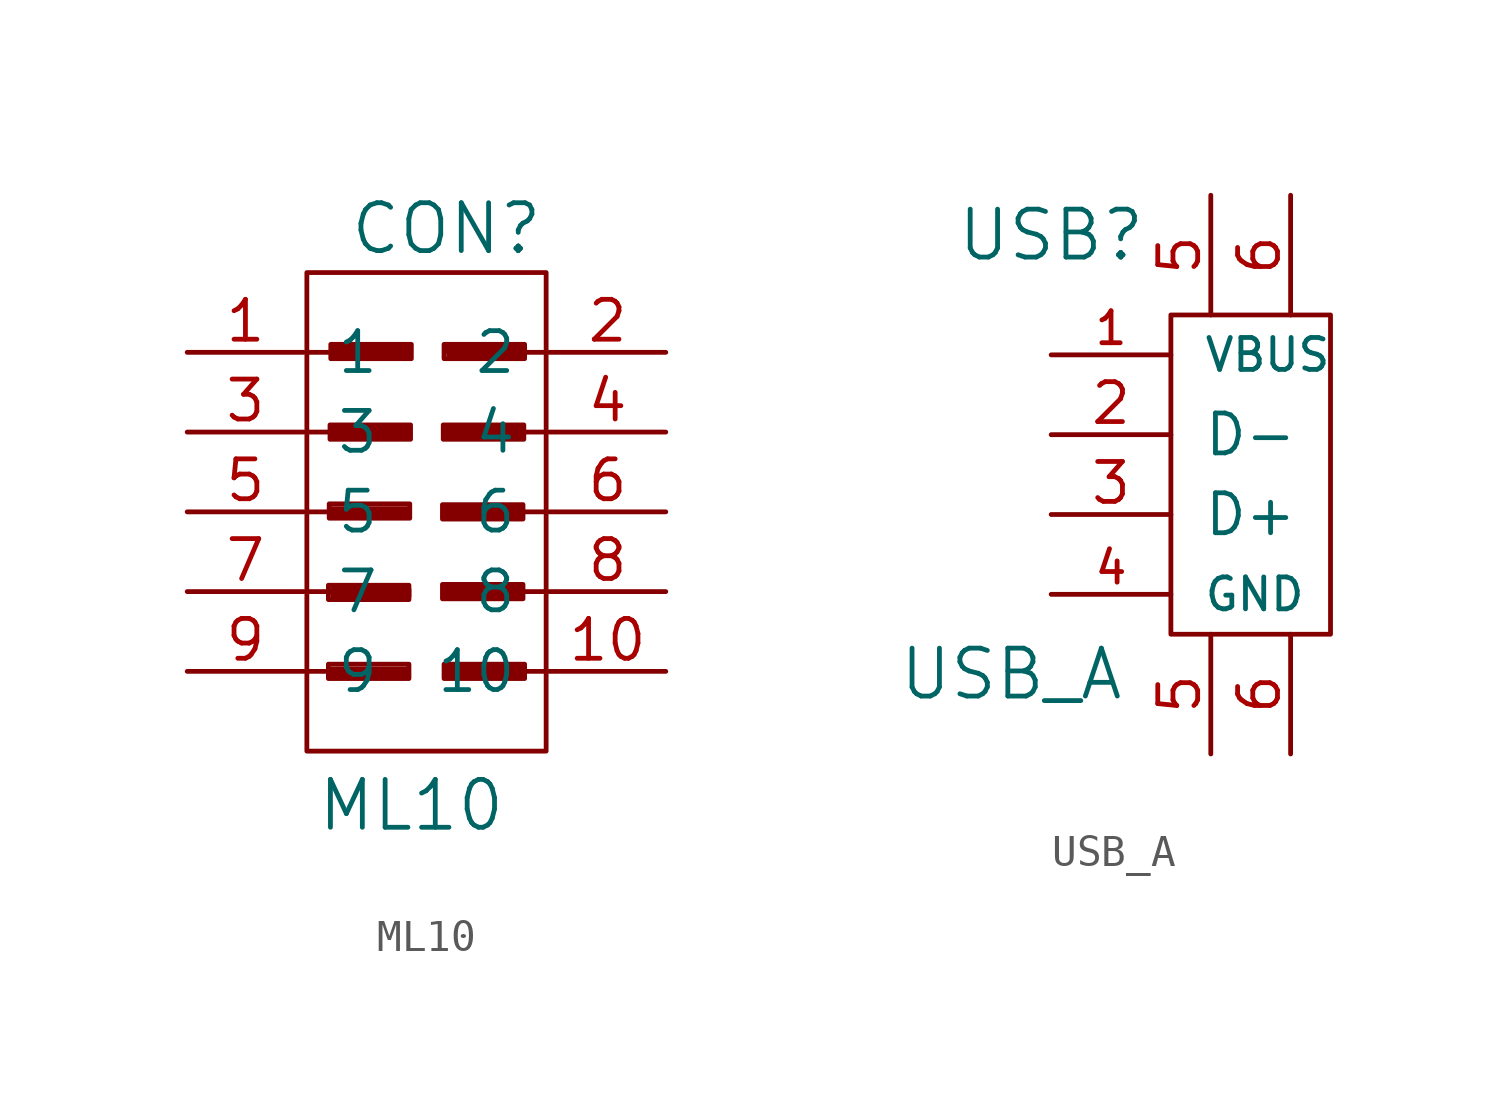
<source format=kicad_sym>
(kicad_symbol_lib
  (version 20211014)
  (generator kicad_symbol_editor)
  (symbol "ML10"
    (pin_names
      (offset 1.016))
    (property "Reference" "CON"
      (at 0.635 9.017 0)
      (effects (font (size 1.524 1.524))))
    (property "Value" "ML10"
      (at -0.483 -9.347 0)
      (effects (font (size 1.524 1.524))))
    (property "Footprint" ""
      (at -0.203 -1.194 0)
      (effects (font (size 1.524 1.524))))
    (property "Datasheet" ""
      (at -0.203 -1.194 0)
      (effects (font (size 1.524 1.524))))
    (symbol "ML10_0_0"
      (rectangle (start -3.124 -4.851) (end -0.559 -5.309) (stroke (width 0) (type default) (color 0 0 0 0)) (fill (type none)))
      (rectangle (start -3.124 -2.337) (end -0.559 -2.794) (stroke (width 0) (type default) (color 0 0 0 0)) (fill (type none)))
      (rectangle (start -3.099 0.254) (end -0.533 -0.203) (stroke (width 0) (type default) (color 0 0 0 0)) (fill (type none)))
      (rectangle (start -3.073 2.769) (end -0.508 2.311) (stroke (width 0) (type default) (color 0 0 0 0)) (fill (type none)))
      (rectangle (start -3.048 5.334) (end -0.483 4.877) (stroke (width 0) (type default) (color 0 0 0 0)) (fill (type none)))
      (polyline (pts (xy -3.023 -5.004) (xy -0.584 -5.004) (xy -0.584 -5.232) (xy -2.997 -5.258) (xy -3.023 -5.08) (xy -0.711 -5.08) (xy -0.711 -5.156) (xy -2.997 -5.105)) (stroke (width 0) (type default) (color 0 0 0 0)) (fill (type none)))
      (polyline (pts (xy -3.023 0.102) (xy -0.584 0.102) (xy -0.584 -0.127) (xy -2.997 -0.152) (xy -3.023 0.025) (xy -0.711 0.025) (xy -0.711 -0.051) (xy -2.997 0)) (stroke (width 0) (type default) (color 0 0 0 0)) (fill (type none)))
      (polyline (pts (xy -2.997 -2.464) (xy -0.559 -2.464) (xy -0.559 -2.692) (xy -2.972 -2.718) (xy -2.997 -2.54) (xy -0.686 -2.54) (xy -0.686 -2.616) (xy -2.972 -2.565)) (stroke (width 0) (type default) (color 0 0 0 0)) (fill (type none)))
      (polyline (pts (xy -2.972 2.667) (xy -0.533 2.667) (xy -0.533 2.438) (xy -2.946 2.413) (xy -2.972 2.591) (xy -0.66 2.591) (xy -0.66 2.515) (xy -2.946 2.565)) (stroke (width 0) (type default) (color 0 0 0 0)) (fill (type none)))
      (polyline (pts (xy -2.946 5.232) (xy -0.508 5.232) (xy -0.508 5.004) (xy -2.921 4.978) (xy -2.946 5.156) (xy -0.635 5.156) (xy -0.635 5.08) (xy -2.921 5.131)) (stroke (width 0) (type default) (color 0 0 0 0)) (fill (type none)))
      (polyline (pts (xy 0.559 0.102) (xy 2.997 0.102) (xy 2.997 -0.127) (xy 0.584 -0.152) (xy 0.559 0.025) (xy 2.87 0.025) (xy 2.87 -0.051) (xy 0.584 0)) (stroke (width 0) (type default) (color 0 0 0 0)) (fill (type none)))
      (polyline (pts (xy 0.584 -2.438) (xy 3.023 -2.438) (xy 3.023 -2.667) (xy 0.61 -2.692) (xy 0.584 -2.515) (xy 2.896 -2.515) (xy 2.896 -2.591) (xy 0.61 -2.54)) (stroke (width 0) (type default) (color 0 0 0 0)) (fill (type none)))
      (polyline (pts (xy 0.584 2.667) (xy 3.023 2.667) (xy 3.023 2.438) (xy 0.61 2.413) (xy 0.584 2.591) (xy 2.896 2.591) (xy 2.896 2.515) (xy 0.61 2.565)) (stroke (width 0) (type default) (color 0 0 0 0)) (fill (type none)))
      (polyline (pts (xy 0.635 -4.953) (xy 3.073 -4.953) (xy 3.073 -5.182) (xy 0.66 -5.207) (xy 0.635 -5.029) (xy 2.946 -5.029) (xy 2.946 -5.105) (xy 0.66 -5.055)) (stroke (width 0) (type default) (color 0 0 0 0)) (fill (type none)))
      (polyline (pts (xy 0.686 5.232) (xy 3.124 5.232) (xy 3.124 5.004) (xy 0.711 4.978) (xy 0.686 5.156) (xy 2.997 5.156) (xy 2.997 5.08) (xy 0.711 5.131)) (stroke (width 0) (type default) (color 0 0 0 0)) (fill (type none)))
      (rectangle (start 0.508 -2.311) (end 3.073 -2.769) (stroke (width 0) (type default) (color 0 0 0 0)) (fill (type none)))
      (rectangle (start 0.508 0.229) (end 3.073 -0.229) (stroke (width 0) (type default) (color 0 0 0 0)) (fill (type none)))
      (rectangle (start 0.533 2.769) (end 3.099 2.311) (stroke (width 0) (type default) (color 0 0 0 0)) (fill (type none)))
      (rectangle (start 0.559 -4.851) (end 3.124 -5.309) (stroke (width 0) (type default) (color 0 0 0 0)) (fill (type none)))
      (rectangle (start 0.559 5.334) (end 3.124 4.877) (stroke (width 0) (type default) (color 0 0 0 0)) (fill (type none))))
    (symbol "ML10_0_1"
      (rectangle (start -3.81 7.62) (end 3.81 -7.62) (stroke (width 0) (type default) (color 0 0 0 0)) (fill (type none)))
      (polyline (pts (xy -3.81 -5.08) (xy -3.048 -5.08)) (stroke (width 0) (type default) (color 0 0 0 0)) (fill (type none)))
      (polyline (pts (xy -3.81 -2.54) (xy -3.048 -2.54)) (stroke (width 0) (type default) (color 0 0 0 0)) (fill (type none)))
      (polyline (pts (xy -3.81 0) (xy -3.048 0)) (stroke (width 0) (type default) (color 0 0 0 0)) (fill (type none)))
      (polyline (pts (xy -3.81 2.54) (xy -3.048 2.54)) (stroke (width 0) (type default) (color 0 0 0 0)) (fill (type none)))
      (polyline (pts (xy -3.81 5.08) (xy -3.048 5.08)) (stroke (width 0) (type default) (color 0 0 0 0)) (fill (type none)))
      (polyline (pts (xy 3.81 -5.08) (xy 3.048 -5.08)) (stroke (width 0) (type default) (color 0 0 0 0)) (fill (type none)))
      (polyline (pts (xy 3.81 -2.54) (xy 3.048 -2.54)) (stroke (width 0) (type default) (color 0 0 0 0)) (fill (type none)))
      (polyline (pts (xy 3.81 0) (xy 3.048 0)) (stroke (width 0) (type default) (color 0 0 0 0)) (fill (type none)))
      (polyline (pts (xy 3.81 2.54) (xy 3.048 2.54)) (stroke (width 0) (type default) (color 0 0 0 0)) (fill (type none)))
      (polyline (pts (xy 3.81 5.08) (xy 3.048 5.08)) (stroke (width 0) (type default) (color 0 0 0 0)) (fill (type none))))
    (symbol "ML10_1_1"
      (pin passive line (at -7.62 5.08 0) (length 3.708) (name "1" (effects (font (size 1.27 1.27)))) (number "1" (effects (font (size 1.27 1.27)))))
      (pin passive line (at 7.62 -5.08 180) (length 3.708) (name "10" (effects (font (size 1.27 1.27)))) (number "10" (effects (font (size 1.27 1.27)))))
      (pin passive line (at 7.62 5.08 180) (length 3.708) (name "2" (effects (font (size 1.27 1.27)))) (number "2" (effects (font (size 1.27 1.27)))))
      (pin passive line (at -7.62 2.54 0) (length 3.708) (name "3" (effects (font (size 1.27 1.27)))) (number "3" (effects (font (size 1.27 1.27)))))
      (pin passive line (at 7.62 2.54 180) (length 3.708) (name "4" (effects (font (size 1.27 1.27)))) (number "4" (effects (font (size 1.27 1.27)))))
      (pin passive line (at -7.62 0 0) (length 3.708) (name "5" (effects (font (size 1.27 1.27)))) (number "5" (effects (font (size 1.27 1.27)))))
      (pin passive line (at 7.62 0 180) (length 3.708) (name "6" (effects (font (size 1.27 1.27)))) (number "6" (effects (font (size 1.27 1.27)))))
      (pin passive line (at -7.62 -2.54 0) (length 3.708) (name "7" (effects (font (size 1.27 1.27)))) (number "7" (effects (font (size 1.27 1.27)))))
      (pin passive line (at 7.62 -2.54 180) (length 3.708) (name "8" (effects (font (size 1.27 1.27)))) (number "8" (effects (font (size 1.27 1.27)))))
      (pin passive line (at -7.62 -5.08 0) (length 3.708) (name "9" (effects (font (size 1.27 1.27)))) (number "9" (effects (font (size 1.27 1.27)))))))
  (symbol "USB_A"
    (pin_names
      (offset 1.016))
    (property "Reference" "USB"
      (at -5.08 6.35 0)
      (effects (font (size 1.524 1.524))))
    (property "Value" "USB_A"
      (at -6.35 -7.62 0)
      (effects (font (size 1.524 1.524))))
    (property "Footprint" ""
      (at 0.864 0.33 0)
      (effects (font (size 1.524 1.524))))
    (property "Datasheet" ""
      (at 0.864 0.33 0)
      (effects (font (size 1.524 1.524))))
    (symbol "USB_A_0_1"
      (rectangle (start 3.81 3.81) (end -1.27 -6.35) (stroke (width 0) (type default) (color 0 0 0 0)) (fill (type none))))
    (symbol "USB_A_1_1"
      (pin input line (at -5.08 2.54 0) (length 3.81) (name "VBUS" (effects (font (size 1.016 1.016)))) (number "1" (effects (font (size 1.016 1.016)))))
      (pin bidirectional line (at -5.08 0 0) (length 3.81) (name "D-" (effects (font (size 1.27 1.27)))) (number "2" (effects (font (size 1.27 1.27)))))
      (pin bidirectional line (at -5.08 -2.54 0) (length 3.81) (name "D+" (effects (font (size 1.27 1.27)))) (number "3" (effects (font (size 1.27 1.27)))))
      (pin power_in line (at -5.08 -5.08 0) (length 3.81) (name "GND" (effects (font (size 1.016 1.016)))) (number "4" (effects (font (size 1.016 1.016)))))
      (pin passive line (at 0 -10.16 90) (length 3.81) (name "~" (effects (font (size 1.27 1.27)))) (number "5" (effects (font (size 1.27 1.27)))))
      (pin passive line (at 0 7.62 270) (length 3.81) (name "~" (effects (font (size 1.27 1.27)))) (number "5" (effects (font (size 1.27 1.27)))))
      (pin passive line (at 2.54 -10.16 90) (length 3.81) (name "~" (effects (font (size 1.27 1.27)))) (number "6" (effects (font (size 1.27 1.27)))))
      (pin passive line (at 2.54 7.62 270) (length 3.81) (name "~" (effects (font (size 1.27 1.27)))) (number "6" (effects (font (size 1.27 1.27))))))))
</source>
